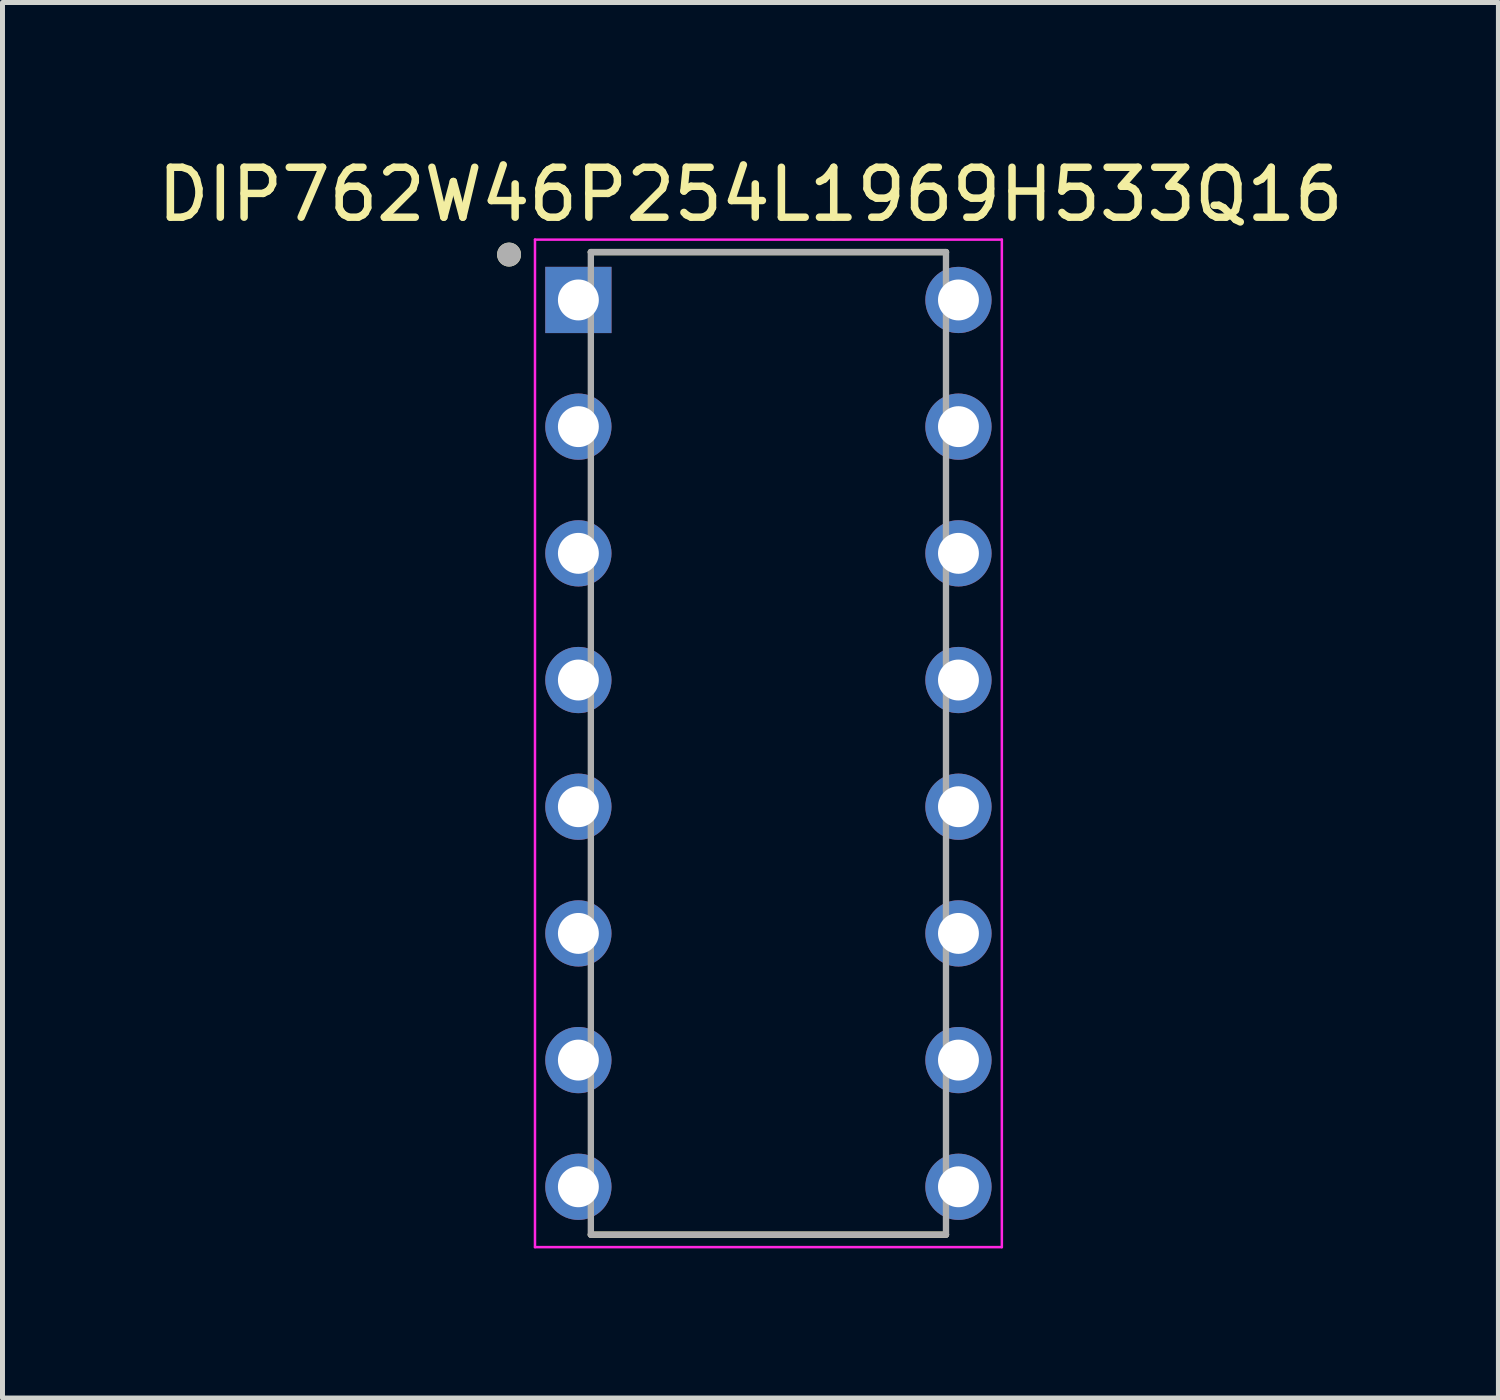
<source format=kicad_pcb>
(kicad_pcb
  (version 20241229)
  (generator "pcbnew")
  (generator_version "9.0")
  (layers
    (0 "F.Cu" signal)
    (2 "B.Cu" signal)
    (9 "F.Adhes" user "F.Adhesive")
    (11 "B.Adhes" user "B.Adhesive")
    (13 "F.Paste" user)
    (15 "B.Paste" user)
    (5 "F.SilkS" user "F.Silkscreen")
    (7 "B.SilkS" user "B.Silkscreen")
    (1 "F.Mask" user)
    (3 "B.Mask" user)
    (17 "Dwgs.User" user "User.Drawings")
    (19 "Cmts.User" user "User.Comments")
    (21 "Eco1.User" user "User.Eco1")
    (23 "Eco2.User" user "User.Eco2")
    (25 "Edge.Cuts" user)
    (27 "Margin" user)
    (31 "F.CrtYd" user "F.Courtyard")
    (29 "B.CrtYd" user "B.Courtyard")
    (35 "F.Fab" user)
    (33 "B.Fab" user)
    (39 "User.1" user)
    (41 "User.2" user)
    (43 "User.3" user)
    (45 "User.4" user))
  (footprint "DIP762W46P254L1969H533Q16"
    (layer "F.Cu")
    (at 12.356 11.854)
    (property "Reference" "DIP762W46P254L1969H533Q16" (at -0.359 -11.005 0) (layer "F.SilkS") (effects (font (size 1.001 1.001) (thickness 0.15))))
    (attr through_hole)
    (fp_line (start -3.56 -9.85) (end 3.56 -9.85) (stroke (width 0.127) (type solid)) (layer "F.SilkS"))
    (fp_line (start 3.56 9.85) (end -3.56 9.85) (stroke (width 0.127) (type solid)) (layer "F.SilkS"))
    (fp_circle (center -5.2 -9.8) (end -5.08 -9.8) (stroke (width 0.24) (type solid)) (fill no) (layer "F.SilkS"))
    (fp_line (start -4.68 -10.1) (end 4.68 -10.1) (stroke (width 0.05) (type solid)) (layer "F.CrtYd"))
    (fp_line (start -4.68 10.1) (end -4.68 -10.1) (stroke (width 0.05) (type solid)) (layer "F.CrtYd"))
    (fp_line (start 4.68 -10.1) (end 4.68 10.1) (stroke (width 0.05) (type solid)) (layer "F.CrtYd"))
    (fp_line (start 4.68 10.1) (end -4.68 10.1) (stroke (width 0.05) (type solid)) (layer "F.CrtYd"))
    (fp_line (start -3.56 -9.85) (end -3.56 9.85) (stroke (width 0.127) (type solid)) (layer "F.Fab"))
    (fp_line (start -3.56 -9.85) (end 3.56 -9.85) (stroke (width 0.127) (type solid)) (layer "F.Fab"))
    (fp_line (start 3.56 9.85) (end -3.56 9.85) (stroke (width 0.127) (type solid)) (layer "F.Fab"))
    (fp_line (start 3.56 9.85) (end 3.56 -9.85) (stroke (width 0.127) (type solid)) (layer "F.Fab"))
    (fp_circle (center -5.2 -9.8) (end -5.08 -9.8) (stroke (width 0.24) (type solid)) (fill no) (layer "F.Fab"))
    (pad "1" thru_hole rect (at -3.81 -8.89) (size 1.328 1.328) (drill 0.82) (layers "*.Cu" "*.Mask"))
    (pad "2" thru_hole circle (at -3.81 -6.35) (size 1.328 1.328) (drill 0.82) (layers "*.Cu" "*.Mask"))
    (pad "3" thru_hole circle (at -3.81 -3.81) (size 1.328 1.328) (drill 0.82) (layers "*.Cu" "*.Mask"))
    (pad "4" thru_hole circle (at -3.81 -1.27) (size 1.328 1.328) (drill 0.82) (layers "*.Cu" "*.Mask"))
    (pad "5" thru_hole circle (at -3.81 1.27) (size 1.328 1.328) (drill 0.82) (layers "*.Cu" "*.Mask"))
    (pad "6" thru_hole circle (at -3.81 3.81) (size 1.328 1.328) (drill 0.82) (layers "*.Cu" "*.Mask"))
    (pad "7" thru_hole circle (at -3.81 6.35) (size 1.328 1.328) (drill 0.82) (layers "*.Cu" "*.Mask"))
    (pad "8" thru_hole circle (at -3.81 8.89) (size 1.328 1.328) (drill 0.82) (layers "*.Cu" "*.Mask"))
    (pad "9" thru_hole circle (at 3.81 8.89) (size 1.328 1.328) (drill 0.82) (layers "*.Cu" "*.Mask"))
    (pad "10" thru_hole circle (at 3.81 6.35) (size 1.328 1.328) (drill 0.82) (layers "*.Cu" "*.Mask"))
    (pad "11" thru_hole circle (at 3.81 3.81) (size 1.328 1.328) (drill 0.82) (layers "*.Cu" "*.Mask"))
    (pad "12" thru_hole circle (at 3.81 1.27) (size 1.328 1.328) (drill 0.82) (layers "*.Cu" "*.Mask"))
    (pad "13" thru_hole circle (at 3.81 -1.27) (size 1.328 1.328) (drill 0.82) (layers "*.Cu" "*.Mask"))
    (pad "14" thru_hole circle (at 3.81 -3.81) (size 1.328 1.328) (drill 0.82) (layers "*.Cu" "*.Mask"))
    (pad "15" thru_hole circle (at 3.81 -6.35) (size 1.328 1.328) (drill 0.82) (layers "*.Cu" "*.Mask"))
    (pad "16" thru_hole circle (at 3.81 -8.89) (size 1.328 1.328) (drill 0.82) (layers "*.Cu" "*.Mask")))
  (gr_rect
    (start -3 -3)
    (end 26.992 24.979)
    (stroke (width 0.1) (type default))
    (fill no)
    (layer "Edge.Cuts")))
</source>
